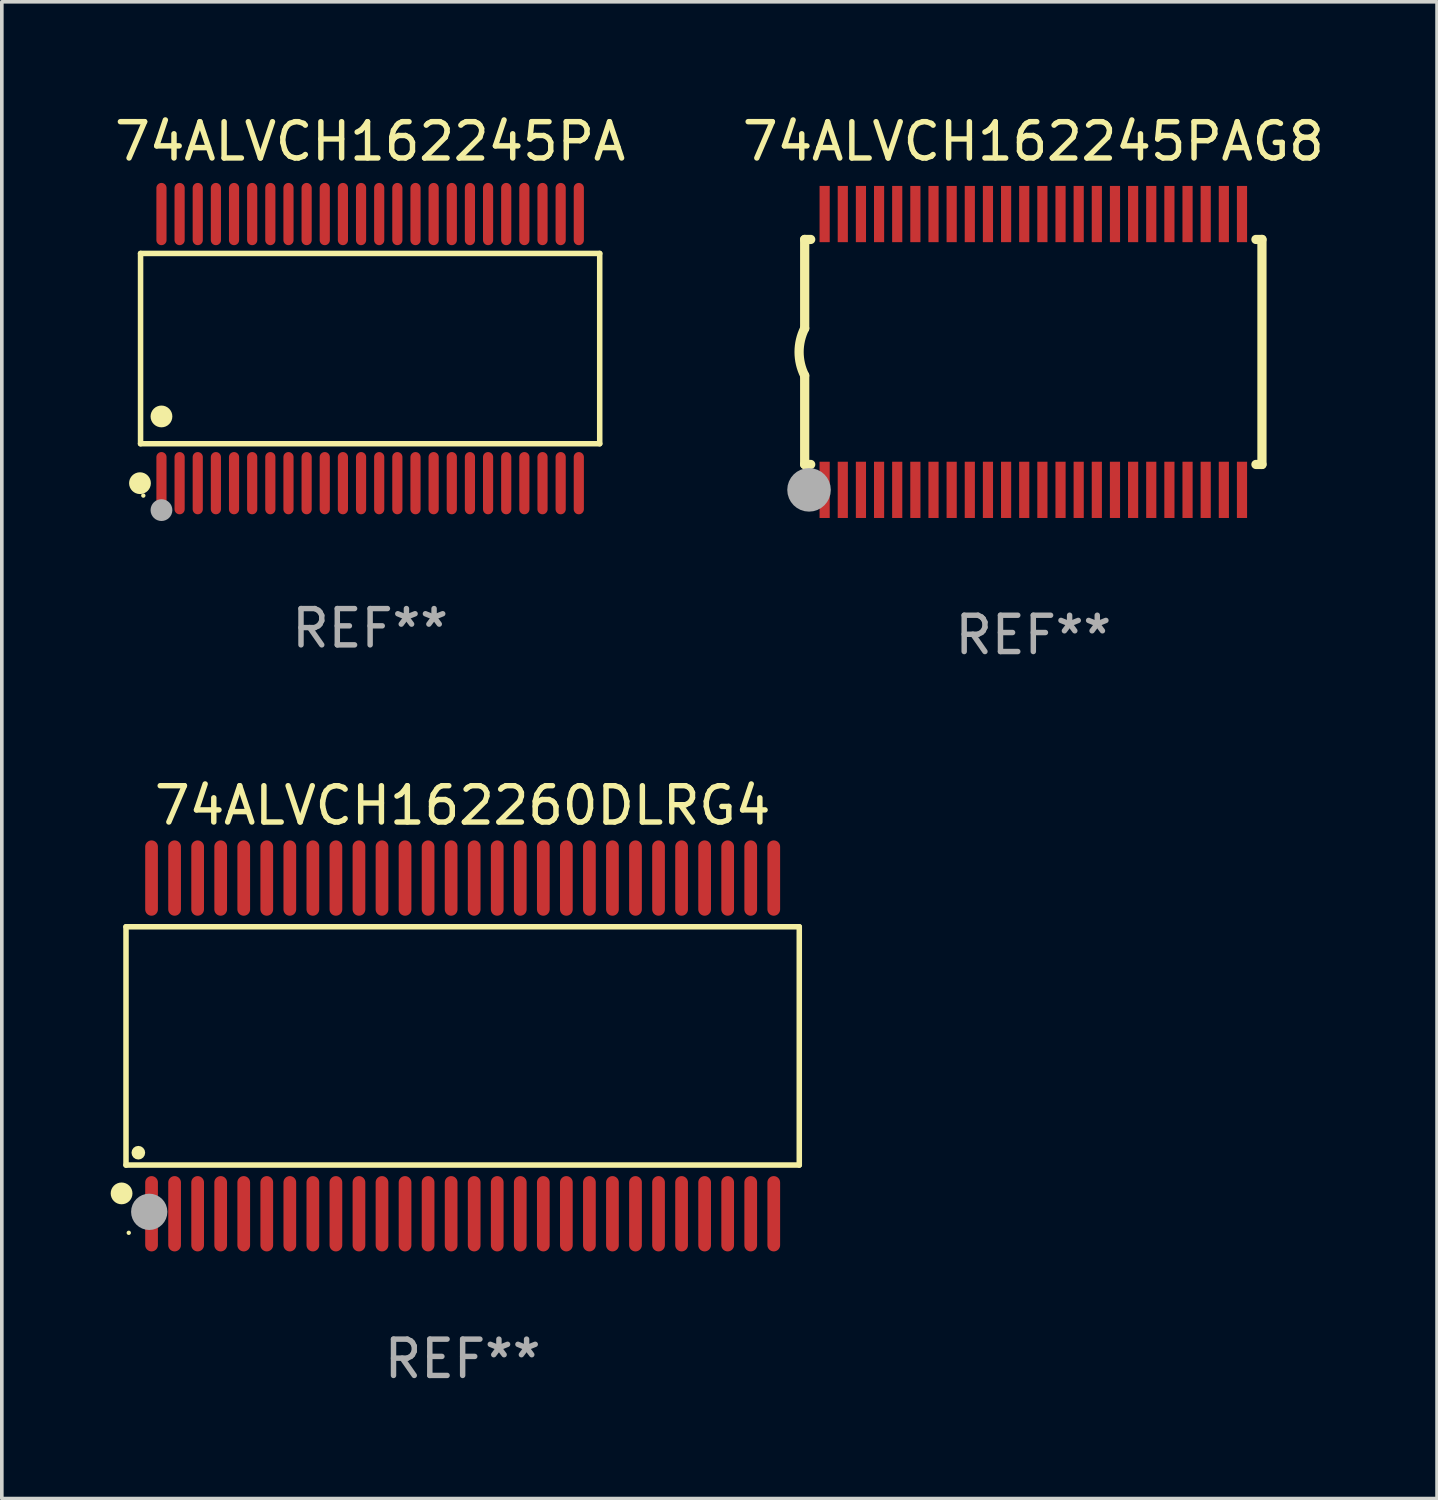
<source format=kicad_pcb>
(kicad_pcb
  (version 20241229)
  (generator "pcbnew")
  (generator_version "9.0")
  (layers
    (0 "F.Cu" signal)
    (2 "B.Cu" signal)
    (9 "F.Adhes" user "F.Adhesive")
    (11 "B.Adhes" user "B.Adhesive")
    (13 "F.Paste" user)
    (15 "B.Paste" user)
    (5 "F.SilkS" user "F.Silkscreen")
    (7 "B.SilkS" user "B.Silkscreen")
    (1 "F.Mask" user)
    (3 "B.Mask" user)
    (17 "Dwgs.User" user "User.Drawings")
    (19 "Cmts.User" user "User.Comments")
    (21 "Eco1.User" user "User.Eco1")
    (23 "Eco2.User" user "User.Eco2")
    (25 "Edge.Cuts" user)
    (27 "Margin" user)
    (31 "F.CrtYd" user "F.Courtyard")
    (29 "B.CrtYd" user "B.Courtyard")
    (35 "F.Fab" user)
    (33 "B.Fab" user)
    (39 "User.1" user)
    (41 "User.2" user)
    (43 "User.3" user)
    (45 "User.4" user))
  (footprint "74ALVCH162245PA"
    (layer "F.Cu")
    (at 7.149 6.556)
    (property "Reference" "74ALVCH162245PA" (at 0 -5.708 0) (layer "F.SilkS") (effects (font (size 1 1) (thickness 0.15))))
    (attr through_hole)
    (fp_line (start -6.326 -2.622) (end 6.326 -2.622) (stroke (width 0.152) (type solid)) (layer "F.SilkS"))
    (fp_line (start -6.326 2.621) (end -6.326 -2.622) (stroke (width 0.152) (type solid)) (layer "F.SilkS"))
    (fp_line (start 6.326 -2.622) (end 6.326 2.621) (stroke (width 0.152) (type solid)) (layer "F.SilkS"))
    (fp_line (start 6.326 2.621) (end -6.326 2.621) (stroke (width 0.152) (type solid)) (layer "F.SilkS"))
    (fp_circle (center -6.342 3.708) (end -6.192 3.708) (stroke (width 0.3) (type solid)) (fill no) (layer "F.SilkS"))
    (fp_circle (center -6.25 4.05) (end -6.22 4.05) (stroke (width 0.06) (type solid)) (fill no) (layer "F.SilkS"))
    (fp_circle (center -5.75 1.869) (end -5.6 1.869) (stroke (width 0.3) (type solid)) (fill no) (layer "F.SilkS"))
    (fp_circle (center -5.75 4.45) (end -5.6 4.45) (stroke (width 0.3) (type solid)) (fill no) (layer "F.Fab"))
    (fp_text user "REF**" (at 0 7.708 0) (layer "F.Fab") (effects (font (size 1 1) (thickness 0.15))))
    (pad "1" smd oval (at -5.75 3.708) (size 0.28 1.715) (layers "F.Cu" "F.Mask" "F.Paste"))
    (pad "2" smd oval (at -5.25 3.708) (size 0.28 1.715) (layers "F.Cu" "F.Mask" "F.Paste"))
    (pad "3" smd oval (at -4.75 3.708) (size 0.28 1.715) (layers "F.Cu" "F.Mask" "F.Paste"))
    (pad "4" smd oval (at -4.25 3.708) (size 0.28 1.715) (layers "F.Cu" "F.Mask" "F.Paste"))
    (pad "5" smd oval (at -3.75 3.708) (size 0.28 1.715) (layers "F.Cu" "F.Mask" "F.Paste"))
    (pad "6" smd oval (at -3.25 3.708) (size 0.28 1.715) (layers "F.Cu" "F.Mask" "F.Paste"))
    (pad "7" smd oval (at -2.75 3.708) (size 0.28 1.715) (layers "F.Cu" "F.Mask" "F.Paste"))
    (pad "8" smd oval (at -2.25 3.708) (size 0.28 1.715) (layers "F.Cu" "F.Mask" "F.Paste"))
    (pad "9" smd oval (at -1.75 3.708) (size 0.28 1.715) (layers "F.Cu" "F.Mask" "F.Paste"))
    (pad "10" smd oval (at -1.25 3.708) (size 0.28 1.715) (layers "F.Cu" "F.Mask" "F.Paste"))
    (pad "11" smd oval (at -0.75 3.708) (size 0.28 1.715) (layers "F.Cu" "F.Mask" "F.Paste"))
    (pad "12" smd oval (at -0.25 3.708) (size 0.28 1.715) (layers "F.Cu" "F.Mask" "F.Paste"))
    (pad "13" smd oval (at 0.25 3.708) (size 0.28 1.715) (layers "F.Cu" "F.Mask" "F.Paste"))
    (pad "14" smd oval (at 0.75 3.708) (size 0.28 1.715) (layers "F.Cu" "F.Mask" "F.Paste"))
    (pad "15" smd oval (at 1.25 3.708) (size 0.28 1.715) (layers "F.Cu" "F.Mask" "F.Paste"))
    (pad "16" smd oval (at 1.75 3.708) (size 0.28 1.715) (layers "F.Cu" "F.Mask" "F.Paste"))
    (pad "17" smd oval (at 2.25 3.708) (size 0.28 1.715) (layers "F.Cu" "F.Mask" "F.Paste"))
    (pad "18" smd oval (at 2.75 3.708) (size 0.28 1.715) (layers "F.Cu" "F.Mask" "F.Paste"))
    (pad "19" smd oval (at 3.25 3.708) (size 0.28 1.715) (layers "F.Cu" "F.Mask" "F.Paste"))
    (pad "20" smd oval (at 3.75 3.708) (size 0.28 1.715) (layers "F.Cu" "F.Mask" "F.Paste"))
    (pad "21" smd oval (at 4.25 3.708) (size 0.28 1.715) (layers "F.Cu" "F.Mask" "F.Paste"))
    (pad "22" smd oval (at 4.75 3.708) (size 0.28 1.715) (layers "F.Cu" "F.Mask" "F.Paste"))
    (pad "23" smd oval (at 5.25 3.708) (size 0.28 1.715) (layers "F.Cu" "F.Mask" "F.Paste"))
    (pad "24" smd oval (at 5.75 3.708) (size 0.28 1.715) (layers "F.Cu" "F.Mask" "F.Paste"))
    (pad "25" smd oval (at 5.75 -3.708) (size 0.28 1.715) (layers "F.Cu" "F.Mask" "F.Paste"))
    (pad "26" smd oval (at 5.25 -3.708) (size 0.28 1.715) (layers "F.Cu" "F.Mask" "F.Paste"))
    (pad "27" smd oval (at 4.75 -3.708) (size 0.28 1.715) (layers "F.Cu" "F.Mask" "F.Paste"))
    (pad "28" smd oval (at 4.25 -3.708) (size 0.28 1.715) (layers "F.Cu" "F.Mask" "F.Paste"))
    (pad "29" smd oval (at 3.75 -3.708) (size 0.28 1.715) (layers "F.Cu" "F.Mask" "F.Paste"))
    (pad "30" smd oval (at 3.25 -3.708) (size 0.28 1.715) (layers "F.Cu" "F.Mask" "F.Paste"))
    (pad "31" smd oval (at 2.75 -3.708) (size 0.28 1.715) (layers "F.Cu" "F.Mask" "F.Paste"))
    (pad "32" smd oval (at 2.25 -3.708) (size 0.28 1.715) (layers "F.Cu" "F.Mask" "F.Paste"))
    (pad "33" smd oval (at 1.75 -3.708) (size 0.28 1.715) (layers "F.Cu" "F.Mask" "F.Paste"))
    (pad "34" smd oval (at 1.25 -3.708) (size 0.28 1.715) (layers "F.Cu" "F.Mask" "F.Paste"))
    (pad "35" smd oval (at 0.75 -3.708) (size 0.28 1.715) (layers "F.Cu" "F.Mask" "F.Paste"))
    (pad "36" smd oval (at 0.25 -3.708) (size 0.28 1.715) (layers "F.Cu" "F.Mask" "F.Paste"))
    (pad "37" smd oval (at -0.25 -3.708) (size 0.28 1.715) (layers "F.Cu" "F.Mask" "F.Paste"))
    (pad "38" smd oval (at -0.75 -3.708) (size 0.28 1.715) (layers "F.Cu" "F.Mask" "F.Paste"))
    (pad "39" smd oval (at -1.25 -3.708) (size 0.28 1.715) (layers "F.Cu" "F.Mask" "F.Paste"))
    (pad "40" smd oval (at -1.75 -3.708) (size 0.28 1.715) (layers "F.Cu" "F.Mask" "F.Paste"))
    (pad "41" smd oval (at -2.25 -3.708) (size 0.28 1.715) (layers "F.Cu" "F.Mask" "F.Paste"))
    (pad "42" smd oval (at -2.75 -3.708) (size 0.28 1.715) (layers "F.Cu" "F.Mask" "F.Paste"))
    (pad "43" smd oval (at -3.25 -3.708) (size 0.28 1.715) (layers "F.Cu" "F.Mask" "F.Paste"))
    (pad "44" smd oval (at -3.75 -3.708) (size 0.28 1.715) (layers "F.Cu" "F.Mask" "F.Paste"))
    (pad "45" smd oval (at -4.25 -3.708) (size 0.28 1.715) (layers "F.Cu" "F.Mask" "F.Paste"))
    (pad "46" smd oval (at -4.75 -3.708) (size 0.28 1.715) (layers "F.Cu" "F.Mask" "F.Paste"))
    (pad "47" smd oval (at -5.25 -3.708) (size 0.28 1.715) (layers "F.Cu" "F.Mask" "F.Paste"))
    (pad "48" smd oval (at -5.75 -3.708) (size 0.28 1.715) (layers "F.Cu" "F.Mask" "F.Paste")))
  (footprint "74ALVCH162245PAG8"
    (layer "F.Cu")
    (at 25.423 6.648)
    (property "Reference" "74ALVCH162245PAG8" (at 0 -5.8 0) (layer "F.SilkS") (effects (font (size 1 1) (thickness 0.15))))
    (attr through_hole)
    (fp_line (start -6.3 -3.1) (end -6.3 -0.65) (stroke (width 0.254) (type solid)) (layer "F.SilkS"))
    (fp_line (start -6.3 -3.1) (end -6.134 -3.1) (stroke (width 0.254) (type solid)) (layer "F.SilkS"))
    (fp_line (start -6.3 3.1) (end -6.3 0.65) (stroke (width 0.254) (type solid)) (layer "F.SilkS"))
    (fp_line (start -6.3 3.1) (end -6.134 3.1) (stroke (width 0.254) (type solid)) (layer "F.SilkS"))
    (fp_line (start 6.134 -3.1) (end 6.3 -3.1) (stroke (width 0.254) (type solid)) (layer "F.SilkS"))
    (fp_line (start 6.134 3.1) (end 6.3 3.1) (stroke (width 0.254) (type solid)) (layer "F.SilkS"))
    (fp_line (start 6.3 -3.1) (end 6.3 3.1) (stroke (width 0.254) (type solid)) (layer "F.SilkS"))
    (fp_arc (start -6.301016 0.650114) (mid -6.45413 -0.000082) (end -6.3 -0.650038) (stroke (width 0.254001) (type solid)) (layer "F.SilkS"))
    (fp_circle (center -6.35 3.81) (end -6.223 3.81) (stroke (width 0.254) (type solid)) (fill no) (layer "F.SilkS"))
    (fp_circle (center -6.25 4.05) (end -6.22 4.05) (stroke (width 0.06) (type solid)) (fill no) (layer "F.SilkS"))
    (fp_circle (center -6.18 3.8) (end -5.88 3.8) (stroke (width 0.6) (type solid)) (fill no) (layer "F.Fab"))
    (fp_text user "REF**" (at 0 7.8 0) (layer "F.Fab") (effects (font (size 1 1) (thickness 0.15))))
    (pad "1" smd rect (at -5.75 3.8) (size 0.28 1.55) (layers "F.Cu" "F.Mask" "F.Paste"))
    (pad "2" smd rect (at -5.25 3.8) (size 0.28 1.55) (layers "F.Cu" "F.Mask" "F.Paste"))
    (pad "3" smd rect (at -4.75 3.8) (size 0.28 1.55) (layers "F.Cu" "F.Mask" "F.Paste"))
    (pad "4" smd rect (at -4.25 3.8) (size 0.28 1.55) (layers "F.Cu" "F.Mask" "F.Paste"))
    (pad "5" smd rect (at -3.75 3.8) (size 0.28 1.55) (layers "F.Cu" "F.Mask" "F.Paste"))
    (pad "6" smd rect (at -3.25 3.8) (size 0.28 1.55) (layers "F.Cu" "F.Mask" "F.Paste"))
    (pad "7" smd rect (at -2.75 3.8) (size 0.28 1.55) (layers "F.Cu" "F.Mask" "F.Paste"))
    (pad "8" smd rect (at -2.25 3.8) (size 0.28 1.55) (layers "F.Cu" "F.Mask" "F.Paste"))
    (pad "9" smd rect (at -1.75 3.8) (size 0.28 1.55) (layers "F.Cu" "F.Mask" "F.Paste"))
    (pad "10" smd rect (at -1.25 3.8) (size 0.28 1.55) (layers "F.Cu" "F.Mask" "F.Paste"))
    (pad "11" smd rect (at -0.75 3.8) (size 0.28 1.55) (layers "F.Cu" "F.Mask" "F.Paste"))
    (pad "12" smd rect (at -0.25 3.8) (size 0.28 1.55) (layers "F.Cu" "F.Mask" "F.Paste"))
    (pad "13" smd rect (at 0.25 3.8) (size 0.28 1.55) (layers "F.Cu" "F.Mask" "F.Paste"))
    (pad "14" smd rect (at 0.75 3.8) (size 0.28 1.55) (layers "F.Cu" "F.Mask" "F.Paste"))
    (pad "15" smd rect (at 1.25 3.8) (size 0.28 1.55) (layers "F.Cu" "F.Mask" "F.Paste"))
    (pad "16" smd rect (at 1.75 3.8) (size 0.28 1.55) (layers "F.Cu" "F.Mask" "F.Paste"))
    (pad "17" smd rect (at 2.25 3.8) (size 0.28 1.55) (layers "F.Cu" "F.Mask" "F.Paste"))
    (pad "18" smd rect (at 2.75 3.8) (size 0.28 1.55) (layers "F.Cu" "F.Mask" "F.Paste"))
    (pad "19" smd rect (at 3.25 3.8) (size 0.28 1.55) (layers "F.Cu" "F.Mask" "F.Paste"))
    (pad "20" smd rect (at 3.75 3.8) (size 0.28 1.55) (layers "F.Cu" "F.Mask" "F.Paste"))
    (pad "21" smd rect (at 4.25 3.8) (size 0.28 1.55) (layers "F.Cu" "F.Mask" "F.Paste"))
    (pad "22" smd rect (at 4.75 3.8) (size 0.28 1.55) (layers "F.Cu" "F.Mask" "F.Paste"))
    (pad "23" smd rect (at 5.25 3.8) (size 0.28 1.55) (layers "F.Cu" "F.Mask" "F.Paste"))
    (pad "24" smd rect (at 5.75 3.8) (size 0.28 1.55) (layers "F.Cu" "F.Mask" "F.Paste"))
    (pad "25" smd rect (at 5.75 -3.8) (size 0.28 1.55) (layers "F.Cu" "F.Mask" "F.Paste"))
    (pad "26" smd rect (at 5.25 -3.8) (size 0.28 1.55) (layers "F.Cu" "F.Mask" "F.Paste"))
    (pad "27" smd rect (at 4.75 -3.8) (size 0.28 1.55) (layers "F.Cu" "F.Mask" "F.Paste"))
    (pad "28" smd rect (at 4.25 -3.8) (size 0.28 1.55) (layers "F.Cu" "F.Mask" "F.Paste"))
    (pad "29" smd rect (at 3.75 -3.8) (size 0.28 1.55) (layers "F.Cu" "F.Mask" "F.Paste"))
    (pad "30" smd rect (at 3.25 -3.8) (size 0.28 1.55) (layers "F.Cu" "F.Mask" "F.Paste"))
    (pad "31" smd rect (at 2.75 -3.8) (size 0.28 1.55) (layers "F.Cu" "F.Mask" "F.Paste"))
    (pad "32" smd rect (at 2.25 -3.8) (size 0.28 1.55) (layers "F.Cu" "F.Mask" "F.Paste"))
    (pad "33" smd rect (at 1.75 -3.8) (size 0.28 1.55) (layers "F.Cu" "F.Mask" "F.Paste"))
    (pad "34" smd rect (at 1.25 -3.8) (size 0.28 1.55) (layers "F.Cu" "F.Mask" "F.Paste"))
    (pad "35" smd rect (at 0.75 -3.8) (size 0.28 1.55) (layers "F.Cu" "F.Mask" "F.Paste"))
    (pad "36" smd rect (at 0.25 -3.8) (size 0.28 1.55) (layers "F.Cu" "F.Mask" "F.Paste"))
    (pad "37" smd rect (at -0.25 -3.8) (size 0.28 1.55) (layers "F.Cu" "F.Mask" "F.Paste"))
    (pad "38" smd rect (at -0.75 -3.8) (size 0.28 1.55) (layers "F.Cu" "F.Mask" "F.Paste"))
    (pad "39" smd rect (at -1.25 -3.8) (size 0.28 1.55) (layers "F.Cu" "F.Mask" "F.Paste"))
    (pad "40" smd rect (at -1.75 -3.8) (size 0.28 1.55) (layers "F.Cu" "F.Mask" "F.Paste"))
    (pad "41" smd rect (at -2.25 -3.8) (size 0.28 1.55) (layers "F.Cu" "F.Mask" "F.Paste"))
    (pad "42" smd rect (at -2.75 -3.8) (size 0.28 1.55) (layers "F.Cu" "F.Mask" "F.Paste"))
    (pad "43" smd rect (at -3.25 -3.8) (size 0.28 1.55) (layers "F.Cu" "F.Mask" "F.Paste"))
    (pad "44" smd rect (at -3.75 -3.8) (size 0.28 1.55) (layers "F.Cu" "F.Mask" "F.Paste"))
    (pad "45" smd rect (at -4.25 -3.8) (size 0.28 1.55) (layers "F.Cu" "F.Mask" "F.Paste"))
    (pad "46" smd rect (at -4.75 -3.8) (size 0.28 1.55) (layers "F.Cu" "F.Mask" "F.Paste"))
    (pad "47" smd rect (at -5.25 -3.8) (size 0.28 1.55) (layers "F.Cu" "F.Mask" "F.Paste"))
    (pad "48" smd rect (at -5.75 -3.8) (size 0.28 1.55) (layers "F.Cu" "F.Mask" "F.Paste")))
  (footprint "74ALVCH162260DLRG4"
    (layer "F.Cu")
    (at 9.698 25.77)
    (property "Reference" "74ALVCH162260DLRG4" (at 0 -6.625 0) (layer "F.SilkS") (effects (font (size 1 1) (thickness 0.15))))
    (attr through_hole)
    (fp_line (start -9.276 -3.283) (end 9.276 -3.283) (stroke (width 0.152) (type solid)) (layer "F.SilkS"))
    (fp_line (start -9.276 3.283) (end -9.276 -3.283) (stroke (width 0.152) (type solid)) (layer "F.SilkS"))
    (fp_line (start 9.276 -3.283) (end 9.276 3.283) (stroke (width 0.152) (type solid)) (layer "F.SilkS"))
    (fp_line (start 9.276 3.283) (end -9.276 3.283) (stroke (width 0.152) (type solid)) (layer "F.SilkS"))
    (fp_circle (center -9.398 4.064) (end -9.248 4.064) (stroke (width 0.3) (type solid)) (fill no) (layer "F.SilkS"))
    (fp_circle (center -9.2 5.15) (end -9.17 5.15) (stroke (width 0.06) (type solid)) (fill no) (layer "F.SilkS"))
    (fp_circle (center -8.936 2.943) (end -8.842 2.943) (stroke (width 0.188) (type solid)) (fill no) (layer "F.SilkS"))
    (fp_circle (center -8.636 4.572) (end -8.386 4.572) (stroke (width 0.5) (type solid)) (fill no) (layer "F.Fab"))
    (fp_text user "REF**" (at 0 8.625 0) (layer "F.Fab") (effects (font (size 1 1) (thickness 0.15))))
    (pad "1" smd oval (at -8.572 4.625 90) (size 2.075 0.35) (layers "F.Cu" "F.Mask" "F.Paste"))
    (pad "2" smd oval (at -7.937 4.625 90) (size 2.075 0.35) (layers "F.Cu" "F.Mask" "F.Paste"))
    (pad "3" smd oval (at -7.302 4.625 90) (size 2.075 0.35) (layers "F.Cu" "F.Mask" "F.Paste"))
    (pad "4" smd oval (at -6.667 4.625 90) (size 2.075 0.35) (layers "F.Cu" "F.Mask" "F.Paste"))
    (pad "5" smd oval (at -6.032 4.625 90) (size 2.075 0.35) (layers "F.Cu" "F.Mask" "F.Paste"))
    (pad "6" smd oval (at -5.397 4.625 90) (size 2.075 0.35) (layers "F.Cu" "F.Mask" "F.Paste"))
    (pad "7" smd oval (at -4.762 4.625 90) (size 2.075 0.35) (layers "F.Cu" "F.Mask" "F.Paste"))
    (pad "8" smd oval (at -4.127 4.625 90) (size 2.075 0.35) (layers "F.Cu" "F.Mask" "F.Paste"))
    (pad "9" smd oval (at -3.492 4.625 90) (size 2.075 0.35) (layers "F.Cu" "F.Mask" "F.Paste"))
    (pad "10" smd oval (at -2.857 4.625 90) (size 2.075 0.35) (layers "F.Cu" "F.Mask" "F.Paste"))
    (pad "11" smd oval (at -2.222 4.625 90) (size 2.075 0.35) (layers "F.Cu" "F.Mask" "F.Paste"))
    (pad "12" smd oval (at -1.587 4.625 90) (size 2.075 0.35) (layers "F.Cu" "F.Mask" "F.Paste"))
    (pad "13" smd oval (at -0.952 4.625 90) (size 2.075 0.35) (layers "F.Cu" "F.Mask" "F.Paste"))
    (pad "14" smd oval (at -0.317 4.625 90) (size 2.075 0.35) (layers "F.Cu" "F.Mask" "F.Paste"))
    (pad "15" smd oval (at 0.318 4.625 90) (size 2.075 0.35) (layers "F.Cu" "F.Mask" "F.Paste"))
    (pad "16" smd oval (at 0.953 4.625 90) (size 2.075 0.35) (layers "F.Cu" "F.Mask" "F.Paste"))
    (pad "17" smd oval (at 1.588 4.625 90) (size 2.075 0.35) (layers "F.Cu" "F.Mask" "F.Paste"))
    (pad "18" smd oval (at 2.223 4.625 90) (size 2.075 0.35) (layers "F.Cu" "F.Mask" "F.Paste"))
    (pad "19" smd oval (at 2.858 4.625 90) (size 2.075 0.35) (layers "F.Cu" "F.Mask" "F.Paste"))
    (pad "20" smd oval (at 3.493 4.625 90) (size 2.075 0.35) (layers "F.Cu" "F.Mask" "F.Paste"))
    (pad "21" smd oval (at 4.128 4.625 90) (size 2.075 0.35) (layers "F.Cu" "F.Mask" "F.Paste"))
    (pad "22" smd oval (at 4.763 4.625 90) (size 2.075 0.35) (layers "F.Cu" "F.Mask" "F.Paste"))
    (pad "23" smd oval (at 5.398 4.625 90) (size 2.075 0.35) (layers "F.Cu" "F.Mask" "F.Paste"))
    (pad "24" smd oval (at 6.033 4.625 90) (size 2.075 0.35) (layers "F.Cu" "F.Mask" "F.Paste"))
    (pad "25" smd oval (at 6.668 4.625 90) (size 2.075 0.35) (layers "F.Cu" "F.Mask" "F.Paste"))
    (pad "26" smd oval (at 7.303 4.625 90) (size 2.075 0.35) (layers "F.Cu" "F.Mask" "F.Paste"))
    (pad "27" smd oval (at 7.938 4.625 90) (size 2.075 0.35) (layers "F.Cu" "F.Mask" "F.Paste"))
    (pad "28" smd oval (at 8.573 4.625 90) (size 2.075 0.35) (layers "F.Cu" "F.Mask" "F.Paste"))
    (pad "29" smd oval (at 8.573 -4.625 90) (size 2.075 0.35) (layers "F.Cu" "F.Mask" "F.Paste"))
    (pad "30" smd oval (at 7.938 -4.625 90) (size 2.075 0.35) (layers "F.Cu" "F.Mask" "F.Paste"))
    (pad "31" smd oval (at 7.303 -4.625 90) (size 2.075 0.35) (layers "F.Cu" "F.Mask" "F.Paste"))
    (pad "32" smd oval (at 6.668 -4.625 90) (size 2.075 0.35) (layers "F.Cu" "F.Mask" "F.Paste"))
    (pad "33" smd oval (at 6.033 -4.625 90) (size 2.075 0.35) (layers "F.Cu" "F.Mask" "F.Paste"))
    (pad "34" smd oval (at 5.398 -4.625 90) (size 2.075 0.35) (layers "F.Cu" "F.Mask" "F.Paste"))
    (pad "35" smd oval (at 4.763 -4.625 90) (size 2.075 0.35) (layers "F.Cu" "F.Mask" "F.Paste"))
    (pad "36" smd oval (at 4.128 -4.625 90) (size 2.075 0.35) (layers "F.Cu" "F.Mask" "F.Paste"))
    (pad "37" smd oval (at 3.493 -4.625 90) (size 2.075 0.35) (layers "F.Cu" "F.Mask" "F.Paste"))
    (pad "38" smd oval (at 2.858 -4.625 90) (size 2.075 0.35) (layers "F.Cu" "F.Mask" "F.Paste"))
    (pad "39" smd oval (at 2.223 -4.625 90) (size 2.075 0.35) (layers "F.Cu" "F.Mask" "F.Paste"))
    (pad "40" smd oval (at 1.588 -4.625 90) (size 2.075 0.35) (layers "F.Cu" "F.Mask" "F.Paste"))
    (pad "41" smd oval (at 0.953 -4.625 90) (size 2.075 0.35) (layers "F.Cu" "F.Mask" "F.Paste"))
    (pad "42" smd oval (at 0.318 -4.625 90) (size 2.075 0.35) (layers "F.Cu" "F.Mask" "F.Paste"))
    (pad "43" smd oval (at -0.317 -4.625 90) (size 2.075 0.35) (layers "F.Cu" "F.Mask" "F.Paste"))
    (pad "44" smd oval (at -0.952 -4.625 90) (size 2.075 0.35) (layers "F.Cu" "F.Mask" "F.Paste"))
    (pad "45" smd oval (at -1.587 -4.625 90) (size 2.075 0.35) (layers "F.Cu" "F.Mask" "F.Paste"))
    (pad "46" smd oval (at -2.222 -4.625 90) (size 2.075 0.35) (layers "F.Cu" "F.Mask" "F.Paste"))
    (pad "47" smd oval (at -2.857 -4.625 90) (size 2.075 0.35) (layers "F.Cu" "F.Mask" "F.Paste"))
    (pad "48" smd oval (at -3.492 -4.625 90) (size 2.075 0.35) (layers "F.Cu" "F.Mask" "F.Paste"))
    (pad "49" smd oval (at -4.127 -4.625 90) (size 2.075 0.35) (layers "F.Cu" "F.Mask" "F.Paste"))
    (pad "50" smd oval (at -4.762 -4.625 90) (size 2.075 0.35) (layers "F.Cu" "F.Mask" "F.Paste"))
    (pad "51" smd oval (at -5.397 -4.625 90) (size 2.075 0.35) (layers "F.Cu" "F.Mask" "F.Paste"))
    (pad "52" smd oval (at -6.032 -4.625 90) (size 2.075 0.35) (layers "F.Cu" "F.Mask" "F.Paste"))
    (pad "53" smd oval (at -6.667 -4.625 90) (size 2.075 0.35) (layers "F.Cu" "F.Mask" "F.Paste"))
    (pad "54" smd oval (at -7.302 -4.625 90) (size 2.075 0.35) (layers "F.Cu" "F.Mask" "F.Paste"))
    (pad "55" smd oval (at -7.937 -4.625 90) (size 2.075 0.35) (layers "F.Cu" "F.Mask" "F.Paste"))
    (pad "56" smd oval (at -8.572 -4.625 90) (size 2.075 0.35) (layers "F.Cu" "F.Mask" "F.Paste")))
  (gr_rect
    (start -3 -3)
    (end 36.548 38.243)
    (stroke (width 0.1) (type default))
    (fill no)
    (layer "Edge.Cuts")))
</source>
